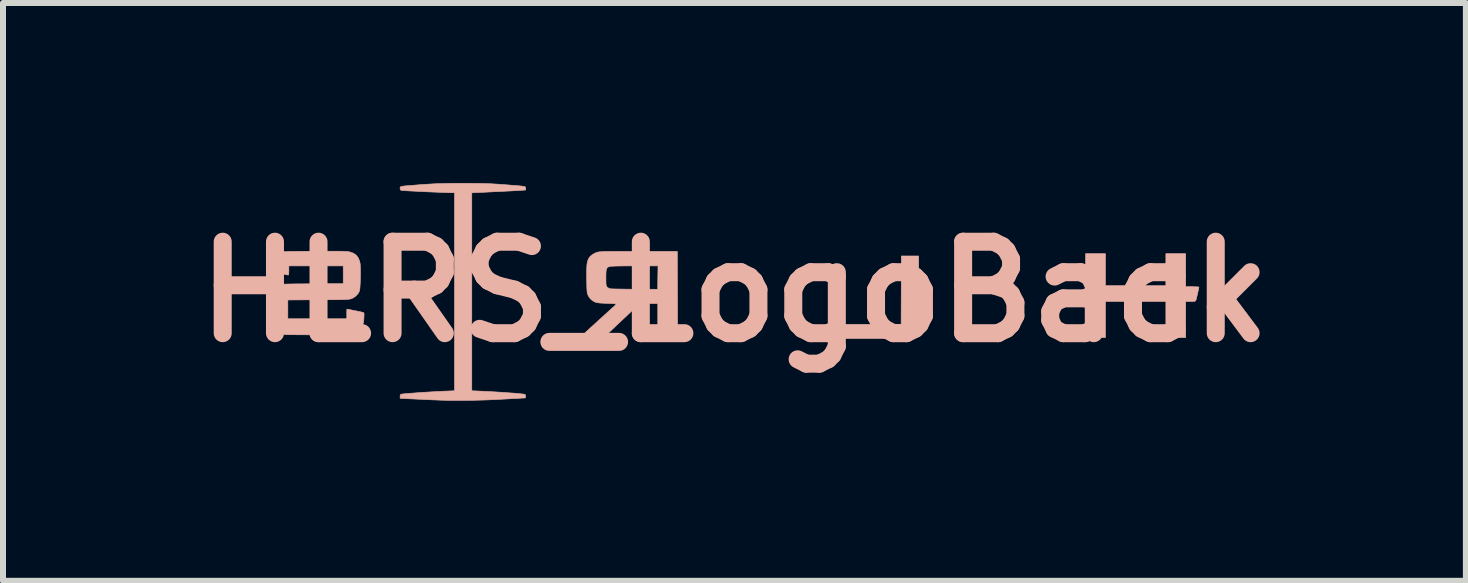
<source format=kicad_pcb>
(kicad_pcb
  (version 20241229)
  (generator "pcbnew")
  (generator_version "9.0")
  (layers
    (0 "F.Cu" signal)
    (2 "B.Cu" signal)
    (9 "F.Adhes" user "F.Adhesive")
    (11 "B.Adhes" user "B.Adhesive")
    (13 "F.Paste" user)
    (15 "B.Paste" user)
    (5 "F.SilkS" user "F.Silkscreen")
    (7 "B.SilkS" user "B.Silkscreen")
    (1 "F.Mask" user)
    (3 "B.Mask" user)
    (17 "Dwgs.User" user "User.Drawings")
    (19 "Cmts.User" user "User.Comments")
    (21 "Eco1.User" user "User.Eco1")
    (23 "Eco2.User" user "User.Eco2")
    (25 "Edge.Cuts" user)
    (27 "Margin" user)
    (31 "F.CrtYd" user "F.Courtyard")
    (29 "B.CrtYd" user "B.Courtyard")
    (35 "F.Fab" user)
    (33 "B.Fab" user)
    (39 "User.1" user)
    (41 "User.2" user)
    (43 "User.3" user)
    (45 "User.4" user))
  (footprint "HLRS_LogoBack"
    (layer "F.Cu")
    (at 9.188 1.812)
    (property "Reference" "HLRS_LogoBack" (at 0 0 0) (layer "B.SilkS") (effects (font (size 1.524 1.524) (thickness 0.3))))
    (attr through_hole)
    (fp_poly (pts (xy 3.069 0.691) (xy 3.048 0.722) (xy 3.041 0.733) (xy 3.035 0.741) (xy 3.029 0.749) (xy 3.02 0.756) (xy 3.009 0.761) (xy 2.994 0.766) (xy 2.974 0.769) (xy 2.947 0.772) (xy 2.914 0.775) (xy 2.872 0.776) (xy 2.82 0.778) (xy 2.757 0.778) (xy 2.683 0.779) (xy 2.595 0.779) (xy 2.493 0.779) (xy 2.376 0.779) (xy 2.321 0.779) (xy 1.668 0.779) (xy 1.668 0.542) (xy 2.777 0.542) (xy 2.779 -0.028) (xy 2.781 -0.597) (xy 3.069 -0.597) (xy 3.069 0.691)) (stroke (width 0.01) (type solid)) (fill yes) (layer "B.SilkS"))
    (fp_poly (pts (xy 6.181 -0.102) (xy 7.188 -0.102) (xy 7.188 -0.635) (xy 7.518 -0.635) (xy 7.518 -0.085) (xy 7.628 -0.085) (xy 7.669 -0.084) (xy 7.703 -0.083) (xy 7.727 -0.081) (xy 7.738 -0.079) (xy 7.739 -0.078) (xy 7.737 -0.065) (xy 7.732 -0.04) (xy 7.724 -0.006) (xy 7.716 0.032) (xy 7.707 0.069) (xy 7.699 0.103) (xy 7.692 0.129) (xy 7.688 0.142) (xy 7.683 0.151) (xy 7.675 0.156) (xy 7.66 0.159) (xy 7.636 0.161) (xy 7.599 0.161) (xy 7.518 0.161) (xy 7.518 0.762) (xy 7.188 0.762) (xy 7.188 0.161) (xy 6.181 0.161) (xy 6.181 0.762) (xy 6.021 0.762) (xy 5.971 0.762) (xy 5.926 0.761) (xy 5.891 0.76) (xy 5.866 0.758) (xy 5.856 0.756) (xy 5.856 0.756) (xy 5.855 0.747) (xy 5.854 0.722) (xy 5.854 0.683) (xy 5.853 0.631) (xy 5.852 0.567) (xy 5.852 0.492) (xy 5.851 0.408) (xy 5.851 0.315) (xy 5.851 0.216) (xy 5.85 0.112) (xy 5.85 0.058) (xy 5.85 -0.635) (xy 6.181 -0.635) (xy 6.181 -0.102)) (stroke (width 0.01) (type solid)) (fill yes) (layer "B.SilkS"))
    (fp_poly (pts (xy -4.408 -1.807) (xy -4.314 -1.806) (xy -4.229 -1.805) (xy -4.151 -1.803) (xy -4.078 -1.801) (xy -4.004 -1.797) (xy -3.928 -1.792) (xy -3.846 -1.786) (xy -3.754 -1.779) (xy -3.687 -1.773) (xy -3.623 -1.768) (xy -3.573 -1.764) (xy -3.537 -1.76) (xy -3.511 -1.756) (xy -3.495 -1.752) (xy -3.485 -1.747) (xy -3.481 -1.741) (xy -3.48 -1.734) (xy -3.48 -1.724) (xy -3.48 -1.696) (xy -3.554 -1.691) (xy -3.586 -1.689) (xy -3.635 -1.686) (xy -3.701 -1.682) (xy -3.783 -1.678) (xy -3.881 -1.673) (xy -3.995 -1.668) (xy -4.125 -1.661) (xy -4.271 -1.654) (xy -4.274 -1.654) (xy -4.377 -1.649) (xy -4.377 1.649) (xy -4.244 1.655) (xy -4.168 1.658) (xy -4.088 1.662) (xy -4.006 1.667) (xy -3.923 1.672) (xy -3.841 1.677) (xy -3.764 1.683) (xy -3.692 1.688) (xy -3.628 1.693) (xy -3.575 1.698) (xy -3.533 1.703) (xy -3.506 1.706) (xy -3.503 1.707) (xy -3.487 1.713) (xy -3.481 1.725) (xy -3.48 1.741) (xy -3.482 1.76) (xy -3.489 1.768) (xy -3.499 1.77) (xy -3.512 1.77) (xy -3.54 1.771) (xy -3.58 1.774) (xy -3.629 1.776) (xy -3.685 1.779) (xy -3.73 1.782) (xy -3.95 1.794) (xy -4.157 1.803) (xy -4.352 1.808) (xy -4.537 1.81) (xy -4.715 1.81) (xy -4.888 1.806) (xy -4.966 1.803) (xy -5.019 1.801) (xy -5.084 1.798) (xy -5.157 1.795) (xy -5.233 1.791) (xy -5.307 1.788) (xy -5.345 1.786) (xy -5.571 1.775) (xy -5.571 1.743) (xy -5.569 1.721) (xy -5.562 1.71) (xy -5.552 1.706) (xy -5.531 1.703) (xy -5.495 1.699) (xy -5.446 1.695) (xy -5.386 1.69) (xy -5.317 1.685) (xy -5.242 1.679) (xy -5.161 1.674) (xy -5.077 1.669) (xy -4.993 1.664) (xy -4.909 1.66) (xy -4.828 1.656) (xy -4.798 1.655) (xy -4.665 1.649) (xy -4.665 -1.651) (xy -4.71 -1.651) (xy -4.741 -1.651) (xy -4.784 -1.653) (xy -4.839 -1.654) (xy -4.902 -1.657) (xy -4.971 -1.66) (xy -5.045 -1.663) (xy -5.121 -1.666) (xy -5.197 -1.67) (xy -5.27 -1.673) (xy -5.339 -1.677) (xy -5.402 -1.68) (xy -5.456 -1.683) (xy -5.499 -1.686) (xy -5.53 -1.688) (xy -5.544 -1.69) (xy -5.562 -1.695) (xy -5.57 -1.705) (xy -5.571 -1.723) (xy -5.571 -1.734) (xy -5.57 -1.743) (xy -5.565 -1.749) (xy -5.554 -1.754) (xy -5.537 -1.758) (xy -5.509 -1.762) (xy -5.47 -1.766) (xy -5.418 -1.77) (xy -5.376 -1.773) (xy -5.269 -1.782) (xy -5.175 -1.789) (xy -5.09 -1.794) (xy -5.01 -1.799) (xy -4.933 -1.802) (xy -4.854 -1.804) (xy -4.77 -1.806) (xy -4.678 -1.807) (xy -4.575 -1.807) (xy -4.517 -1.807) (xy -4.408 -1.807)) (stroke (width 0.01) (type solid)) (fill yes) (layer "B.SilkS"))
    (fp_poly (pts (xy -0.95 0.023) (xy -0.948 0.72) (xy -1.278 0.72) (xy -1.278 0.195) (xy -1.577 0.195) (xy -1.626 0.24) (xy -1.643 0.256) (xy -1.671 0.283) (xy -1.708 0.317) (xy -1.752 0.358) (xy -1.801 0.405) (xy -1.854 0.454) (xy -1.905 0.502) (xy -2.135 0.72) (xy -2.329 0.72) (xy -2.384 0.72) (xy -2.433 0.719) (xy -2.474 0.718) (xy -2.504 0.718) (xy -2.52 0.717) (xy -2.523 0.716) (xy -2.517 0.71) (xy -2.5 0.694) (xy -2.475 0.669) (xy -2.442 0.639) (xy -2.404 0.604) (xy -2.39 0.591) (xy -2.35 0.555) (xy -2.314 0.522) (xy -2.283 0.494) (xy -2.261 0.474) (xy -2.249 0.463) (xy -2.247 0.461) (xy -2.219 0.436) (xy -2.184 0.404) (xy -2.145 0.368) (xy -2.106 0.333) (xy -2.07 0.3) (xy -2.04 0.273) (xy -2.023 0.258) (xy -1.999 0.237) (xy -1.982 0.218) (xy -1.974 0.207) (xy -1.973 0.206) (xy -1.979 0.202) (xy -1.998 0.199) (xy -2.031 0.196) (xy -2.079 0.194) (xy -2.123 0.193) (xy -2.189 0.19) (xy -2.241 0.187) (xy -2.282 0.182) (xy -2.314 0.174) (xy -2.341 0.162) (xy -2.365 0.147) (xy -2.385 0.131) (xy -2.41 0.105) (xy -2.432 0.072) (xy -2.439 0.058) (xy -2.445 0.043) (xy -2.45 0.029) (xy -2.454 0.013) (xy -2.456 -0.007) (xy -2.458 -0.034) (xy -2.46 -0.071) (xy -2.461 -0.118) (xy -2.462 -0.179) (xy -2.462 -0.209) (xy -2.463 -0.236) (xy -2.142 -0.236) (xy -2.142 -0.186) (xy -2.141 -0.149) (xy -2.14 -0.124) (xy -2.137 -0.106) (xy -2.133 -0.094) (xy -2.127 -0.085) (xy -2.123 -0.08) (xy -2.101 -0.063) (xy -2.074 -0.051) (xy -2.074 -0.051) (xy -2.06 -0.05) (xy -2.03 -0.048) (xy -1.988 -0.047) (xy -1.933 -0.046) (xy -1.87 -0.045) (xy -1.799 -0.044) (xy -1.722 -0.043) (xy -1.662 -0.043) (xy -1.279 -0.042) (xy -1.277 -0.237) (xy -1.274 -0.432) (xy -1.659 -0.432) (xy -1.756 -0.432) (xy -1.842 -0.431) (xy -1.916 -0.43) (xy -1.978 -0.429) (xy -2.025 -0.427) (xy -2.058 -0.425) (xy -2.076 -0.423) (xy -2.076 -0.423) (xy -2.099 -0.415) (xy -2.116 -0.405) (xy -2.128 -0.39) (xy -2.135 -0.367) (xy -2.14 -0.334) (xy -2.142 -0.289) (xy -2.142 -0.236) (xy -2.463 -0.236) (xy -2.463 -0.288) (xy -2.463 -0.352) (xy -2.461 -0.403) (xy -2.459 -0.445) (xy -2.454 -0.478) (xy -2.448 -0.506) (xy -2.44 -0.53) (xy -2.43 -0.554) (xy -2.429 -0.555) (xy -2.403 -0.592) (xy -2.362 -0.624) (xy -2.312 -0.65) (xy -2.29 -0.658) (xy -2.28 -0.66) (xy -2.268 -0.663) (xy -2.255 -0.665) (xy -2.237 -0.667) (xy -2.215 -0.668) (xy -2.187 -0.67) (xy -2.151 -0.671) (xy -2.107 -0.672) (xy -2.054 -0.672) (xy -1.989 -0.673) (xy -1.913 -0.673) (xy -1.823 -0.673) (xy -1.719 -0.673) (xy -1.599 -0.673) (xy -0.953 -0.673) (xy -0.95 0.023)) (stroke (width 0.01) (type solid)) (fill yes) (layer "B.SilkS"))
    (fp_poly (pts (xy -6.643 -0.676) (xy -6.587 -0.676) (xy -6.541 -0.675) (xy -6.504 -0.674) (xy -6.475 -0.672) (xy -6.452 -0.671) (xy -6.433 -0.669) (xy -6.419 -0.666) (xy -6.413 -0.665) (xy -6.354 -0.645) (xy -6.308 -0.615) (xy -6.273 -0.573) (xy -6.249 -0.519) (xy -6.24 -0.484) (xy -6.236 -0.459) (xy -6.234 -0.421) (xy -6.233 -0.373) (xy -6.232 -0.318) (xy -6.233 -0.26) (xy -6.234 -0.201) (xy -6.236 -0.145) (xy -6.239 -0.095) (xy -6.242 -0.053) (xy -6.246 -0.024) (xy -6.249 -0.013) (xy -6.27 0.027) (xy -6.304 0.065) (xy -6.344 0.096) (xy -6.384 0.115) (xy -6.395 0.119) (xy -6.407 0.121) (xy -6.423 0.124) (xy -6.442 0.126) (xy -6.468 0.127) (xy -6.501 0.129) (xy -6.542 0.13) (xy -6.593 0.131) (xy -6.655 0.132) (xy -6.73 0.132) (xy -6.819 0.133) (xy -6.923 0.133) (xy -6.936 0.133) (xy -7.442 0.136) (xy -7.442 0.449) (xy -6.46 0.449) (xy -6.46 0.368) (xy -6.46 0.334) (xy -6.459 0.307) (xy -6.457 0.291) (xy -6.456 0.288) (xy -6.446 0.29) (xy -6.423 0.294) (xy -6.391 0.301) (xy -6.352 0.309) (xy -6.31 0.317) (xy -6.27 0.326) (xy -6.234 0.333) (xy -6.205 0.34) (xy -6.188 0.344) (xy -6.186 0.344) (xy -6.179 0.348) (xy -6.174 0.355) (xy -6.172 0.37) (xy -6.173 0.394) (xy -6.174 0.433) (xy -6.174 0.435) (xy -6.182 0.509) (xy -6.198 0.569) (xy -6.222 0.616) (xy -6.256 0.654) (xy -6.3 0.682) (xy -6.333 0.696) (xy -6.388 0.715) (xy -6.917 0.717) (xy -7.012 0.717) (xy -7.102 0.717) (xy -7.188 0.716) (xy -7.266 0.716) (xy -7.335 0.715) (xy -7.394 0.715) (xy -7.441 0.714) (xy -7.474 0.713) (xy -7.492 0.712) (xy -7.493 0.712) (xy -7.56 0.698) (xy -7.614 0.677) (xy -7.655 0.648) (xy -7.683 0.614) (xy -7.695 0.594) (xy -7.705 0.575) (xy -7.712 0.554) (xy -7.718 0.529) (xy -7.721 0.498) (xy -7.724 0.458) (xy -7.725 0.408) (xy -7.726 0.345) (xy -7.726 0.284) (xy -7.726 0.215) (xy -7.725 0.161) (xy -7.725 0.12) (xy -7.724 0.088) (xy -7.722 0.064) (xy -7.719 0.046) (xy -7.715 0.03) (xy -7.71 0.016) (xy -7.706 0.007) (xy -7.677 -0.044) (xy -7.635 -0.085) (xy -7.582 -0.114) (xy -7.574 -0.116) (xy -7.563 -0.119) (xy -7.551 -0.122) (xy -7.534 -0.124) (xy -7.513 -0.126) (xy -7.485 -0.128) (xy -7.449 -0.129) (xy -7.405 -0.13) (xy -7.349 -0.131) (xy -7.282 -0.132) (xy -7.202 -0.132) (xy -7.107 -0.133) (xy -7.025 -0.133) (xy -6.519 -0.136) (xy -6.519 -0.432) (xy -7.425 -0.432) (xy -7.425 -0.356) (xy -7.426 -0.317) (xy -7.428 -0.293) (xy -7.432 -0.281) (xy -7.436 -0.279) (xy -7.448 -0.281) (xy -7.473 -0.286) (xy -7.508 -0.294) (xy -7.55 -0.304) (xy -7.574 -0.309) (xy -7.618 -0.319) (xy -7.657 -0.328) (xy -7.686 -0.334) (xy -7.704 -0.338) (xy -7.708 -0.339) (xy -7.711 -0.346) (xy -7.712 -0.367) (xy -7.712 -0.398) (xy -7.711 -0.413) (xy -7.702 -0.486) (xy -7.683 -0.546) (xy -7.654 -0.593) (xy -7.615 -0.63) (xy -7.564 -0.657) (xy -7.562 -0.658) (xy -7.553 -0.661) (xy -7.542 -0.664) (xy -7.528 -0.666) (xy -7.509 -0.668) (xy -7.485 -0.669) (xy -7.454 -0.671) (xy -7.414 -0.672) (xy -7.364 -0.673) (xy -7.304 -0.673) (xy -7.231 -0.674) (xy -7.144 -0.675) (xy -7.042 -0.675) (xy -6.996 -0.675) (xy -6.886 -0.676) (xy -6.791 -0.676) (xy -6.711 -0.676) (xy -6.643 -0.676)) (stroke (width 0.01) (type solid)) (fill yes) (layer "B.SilkS")))
  (gr_rect
    (start -3 -3)
    (end 21.375 6.628)
    (stroke (width 0.1) (type default))
    (fill no)
    (layer "Edge.Cuts")))
</source>
